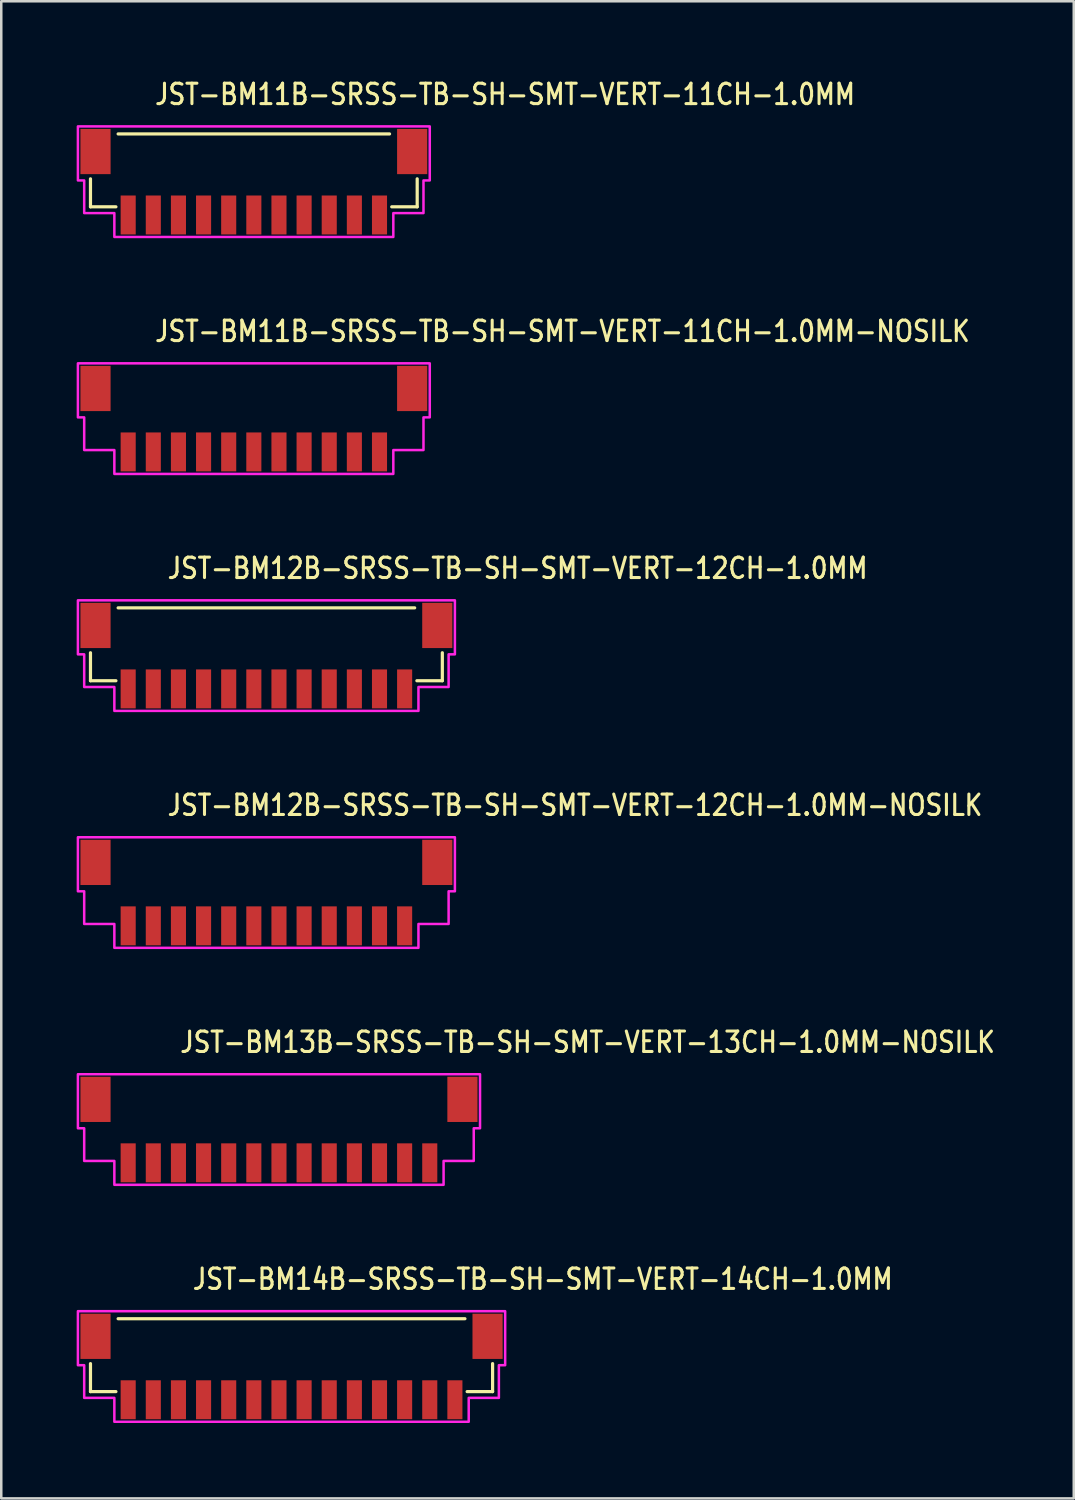
<source format=kicad_pcb>
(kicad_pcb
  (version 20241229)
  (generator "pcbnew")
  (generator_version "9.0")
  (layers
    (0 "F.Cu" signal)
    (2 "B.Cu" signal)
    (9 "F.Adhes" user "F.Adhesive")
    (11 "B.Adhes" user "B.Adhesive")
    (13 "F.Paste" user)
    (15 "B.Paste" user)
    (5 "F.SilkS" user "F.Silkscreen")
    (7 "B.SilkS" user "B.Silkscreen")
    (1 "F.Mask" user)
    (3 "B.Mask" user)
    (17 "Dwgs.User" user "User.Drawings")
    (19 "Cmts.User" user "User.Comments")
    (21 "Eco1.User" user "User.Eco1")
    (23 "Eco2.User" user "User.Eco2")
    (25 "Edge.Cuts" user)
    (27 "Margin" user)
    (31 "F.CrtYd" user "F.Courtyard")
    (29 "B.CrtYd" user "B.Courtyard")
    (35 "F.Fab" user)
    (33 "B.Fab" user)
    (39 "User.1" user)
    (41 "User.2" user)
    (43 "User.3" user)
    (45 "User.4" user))
  (footprint "JST-BM13B-SRSS-TB-SH-SMT-VERT-13CH-1.0MM-NOSILK"
    (layer "F.Cu")
    (at 8.05 41.893)
    (property "Reference" "JST-BM13B-SRSS-TB-SH-SMT-VERT-13CH-1.0MM-NOSILK" (at -4 -3 0) (unlocked yes) (layer "F.SilkS") (effects (font (size 0.813 0.695) (thickness 0.122)) (justify left bottom)))
    (fp_poly (pts (xy -8 -2.2) (xy -8 -0.05) (xy -7.75 -0.05) (xy -7.75 1.25) (xy -6.55 1.25) (xy -6.55 2.2) (xy 6.55 2.2) (xy 6.55 1.25) (xy 7.75 1.25) (xy 7.75 -0.05) (xy 8 -0.05) (xy 8 -2.2)) (stroke (width 0.1) (type solid)) (fill no) (layer "F.CrtYd"))
    (pad "P$1" smd rect (at -6 1.325) (size 0.6 1.55) (layers "F.Cu" "F.Mask" "F.Paste"))
    (pad "P$2" smd rect (at -5 1.325) (size 0.6 1.55) (layers "F.Cu" "F.Mask" "F.Paste"))
    (pad "P$3" smd rect (at -4 1.325) (size 0.6 1.55) (layers "F.Cu" "F.Mask" "F.Paste"))
    (pad "P$4" smd rect (at -3 1.325) (size 0.6 1.55) (layers "F.Cu" "F.Mask" "F.Paste"))
    (pad "P$5" smd rect (at -2 1.325) (size 0.6 1.55) (layers "F.Cu" "F.Mask" "F.Paste"))
    (pad "P$6" smd rect (at -1 1.325) (size 0.6 1.55) (layers "F.Cu" "F.Mask" "F.Paste"))
    (pad "P$7" smd rect (at 0 1.325) (size 0.6 1.55) (layers "F.Cu" "F.Mask" "F.Paste"))
    (pad "P$8" smd rect (at 1 1.325) (size 0.6 1.55) (layers "F.Cu" "F.Mask" "F.Paste"))
    (pad "P$9" smd rect (at 2 1.325) (size 0.6 1.55) (layers "F.Cu" "F.Mask" "F.Paste"))
    (pad "P$10" smd rect (at 3 1.325) (size 0.6 1.55) (layers "F.Cu" "F.Mask" "F.Paste"))
    (pad "P$11" smd rect (at 4 1.325) (size 0.6 1.55) (layers "F.Cu" "F.Mask" "F.Paste"))
    (pad "P$12" smd rect (at 5 1.325) (size 0.6 1.55) (layers "F.Cu" "F.Mask" "F.Paste"))
    (pad "P$13" smd rect (at 6 1.325) (size 0.6 1.55) (layers "F.Cu" "F.Mask" "F.Paste"))
    (pad "S$13" smd rect (at 7.3 -1.2) (size 1.2 1.8) (layers "F.Cu" "F.Mask" "F.Paste"))
    (pad "S$14" smd rect (at -7.3 -1.2) (size 1.2 1.8) (layers "F.Cu" "F.Mask" "F.Paste")))
  (footprint "JST-BM11B-SRSS-TB-SH-SMT-VERT-11CH-1.0MM"
    (layer "F.Cu")
    (at 7.05 4.179)
    (property "Reference" "JST-BM11B-SRSS-TB-SH-SMT-VERT-11CH-1.0MM" (at -4 -3 0) (unlocked yes) (layer "F.SilkS") (effects (font (size 0.813 0.695) (thickness 0.122)) (justify left bottom)))
    (fp_line (start -6.5 -0.114) (end -6.5 1) (stroke (width 0.127) (type solid)) (layer "F.SilkS"))
    (fp_line (start -6.5 1) (end -5.487 1) (stroke (width 0.127) (type solid)) (layer "F.SilkS"))
    (fp_line (start -5.4 -1.9) (end 5.4 -1.9) (stroke (width 0.127) (type solid)) (layer "F.SilkS"))
    (fp_line (start 5.487 1) (end 6.5 1) (stroke (width 0.127) (type solid)) (layer "F.SilkS"))
    (fp_line (start 6.5 1) (end 6.5 -0.114) (stroke (width 0.127) (type solid)) (layer "F.SilkS"))
    (fp_poly (pts (xy -7 -2.2) (xy -7 -0.05) (xy -6.75 -0.05) (xy -6.75 1.25) (xy -5.55 1.25) (xy -5.55 2.2) (xy 5.55 2.2) (xy 5.55 1.25) (xy 6.75 1.25) (xy 6.75 -0.05) (xy 7 -0.05) (xy 7 -2.2)) (stroke (width 0.1) (type solid)) (fill no) (layer "F.CrtYd"))
    (pad "P$1" smd rect (at -5 1.325) (size 0.6 1.55) (layers "F.Cu" "F.Mask" "F.Paste"))
    (pad "P$2" smd rect (at -4 1.325) (size 0.6 1.55) (layers "F.Cu" "F.Mask" "F.Paste"))
    (pad "P$3" smd rect (at -3 1.325) (size 0.6 1.55) (layers "F.Cu" "F.Mask" "F.Paste"))
    (pad "P$4" smd rect (at -2 1.325) (size 0.6 1.55) (layers "F.Cu" "F.Mask" "F.Paste"))
    (pad "P$5" smd rect (at -1 1.325) (size 0.6 1.55) (layers "F.Cu" "F.Mask" "F.Paste"))
    (pad "P$6" smd rect (at 0 1.325) (size 0.6 1.55) (layers "F.Cu" "F.Mask" "F.Paste"))
    (pad "P$7" smd rect (at 1 1.325) (size 0.6 1.55) (layers "F.Cu" "F.Mask" "F.Paste"))
    (pad "P$8" smd rect (at 2 1.325) (size 0.6 1.55) (layers "F.Cu" "F.Mask" "F.Paste"))
    (pad "P$9" smd rect (at 3 1.325) (size 0.6 1.55) (layers "F.Cu" "F.Mask" "F.Paste"))
    (pad "P$10" smd rect (at 4 1.325) (size 0.6 1.55) (layers "F.Cu" "F.Mask" "F.Paste"))
    (pad "P$11" smd rect (at 5 1.325) (size 0.6 1.55) (layers "F.Cu" "F.Mask" "F.Paste"))
    (pad "S$11" smd rect (at 6.3 -1.2) (size 1.2 1.8) (layers "F.Cu" "F.Mask" "F.Paste"))
    (pad "S$12" smd rect (at -6.3 -1.2) (size 1.2 1.8) (layers "F.Cu" "F.Mask" "F.Paste")))
  (footprint "JST-BM11B-SRSS-TB-SH-SMT-VERT-11CH-1.0MM-NOSILK"
    (layer "F.Cu")
    (at 7.05 13.607)
    (property "Reference" "JST-BM11B-SRSS-TB-SH-SMT-VERT-11CH-1.0MM-NOSILK" (at -4 -3 0) (unlocked yes) (layer "F.SilkS") (effects (font (size 0.813 0.695) (thickness 0.122)) (justify left bottom)))
    (fp_poly (pts (xy -7 -2.2) (xy -7 -0.05) (xy -6.75 -0.05) (xy -6.75 1.25) (xy -5.55 1.25) (xy -5.55 2.2) (xy 5.55 2.2) (xy 5.55 1.25) (xy 6.75 1.25) (xy 6.75 -0.05) (xy 7 -0.05) (xy 7 -2.2)) (stroke (width 0.1) (type solid)) (fill no) (layer "F.CrtYd"))
    (pad "P$1" smd rect (at -5 1.325) (size 0.6 1.55) (layers "F.Cu" "F.Mask" "F.Paste"))
    (pad "P$2" smd rect (at -4 1.325) (size 0.6 1.55) (layers "F.Cu" "F.Mask" "F.Paste"))
    (pad "P$3" smd rect (at -3 1.325) (size 0.6 1.55) (layers "F.Cu" "F.Mask" "F.Paste"))
    (pad "P$4" smd rect (at -2 1.325) (size 0.6 1.55) (layers "F.Cu" "F.Mask" "F.Paste"))
    (pad "P$5" smd rect (at -1 1.325) (size 0.6 1.55) (layers "F.Cu" "F.Mask" "F.Paste"))
    (pad "P$6" smd rect (at 0 1.325) (size 0.6 1.55) (layers "F.Cu" "F.Mask" "F.Paste"))
    (pad "P$7" smd rect (at 1 1.325) (size 0.6 1.55) (layers "F.Cu" "F.Mask" "F.Paste"))
    (pad "P$8" smd rect (at 2 1.325) (size 0.6 1.55) (layers "F.Cu" "F.Mask" "F.Paste"))
    (pad "P$9" smd rect (at 3 1.325) (size 0.6 1.55) (layers "F.Cu" "F.Mask" "F.Paste"))
    (pad "P$10" smd rect (at 4 1.325) (size 0.6 1.55) (layers "F.Cu" "F.Mask" "F.Paste"))
    (pad "P$11" smd rect (at 5 1.325) (size 0.6 1.55) (layers "F.Cu" "F.Mask" "F.Paste"))
    (pad "S$11" smd rect (at 6.3 -1.2) (size 1.2 1.8) (layers "F.Cu" "F.Mask" "F.Paste"))
    (pad "S$12" smd rect (at -6.3 -1.2) (size 1.2 1.8) (layers "F.Cu" "F.Mask" "F.Paste")))
  (footprint "JST-BM14B-SRSS-TB-SH-SMT-VERT-14CH-1.0MM"
    (layer "F.Cu")
    (at 8.55 51.321)
    (property "Reference" "JST-BM14B-SRSS-TB-SH-SMT-VERT-14CH-1.0MM" (at -4 -3 0) (unlocked yes) (layer "F.SilkS") (effects (font (size 0.813 0.695) (thickness 0.122)) (justify left bottom)))
    (fp_line (start -8 -0.114) (end -8 1) (stroke (width 0.127) (type solid)) (layer "F.SilkS"))
    (fp_line (start -8 1) (end -6.987 1) (stroke (width 0.127) (type solid)) (layer "F.SilkS"))
    (fp_line (start -6.9 -1.9) (end 6.9 -1.9) (stroke (width 0.127) (type solid)) (layer "F.SilkS"))
    (fp_line (start 6.987 1) (end 8 1) (stroke (width 0.127) (type solid)) (layer "F.SilkS"))
    (fp_line (start 8 1) (end 8 -0.114) (stroke (width 0.127) (type solid)) (layer "F.SilkS"))
    (fp_poly (pts (xy -8.5 -2.2) (xy -8.5 -0.05) (xy -8.25 -0.05) (xy -8.25 1.25) (xy -7.05 1.25) (xy -7.05 2.2) (xy 7.05 2.2) (xy 7.05 1.25) (xy 8.25 1.25) (xy 8.25 -0.05) (xy 8.5 -0.05) (xy 8.5 -2.2)) (stroke (width 0.1) (type solid)) (fill no) (layer "F.CrtYd"))
    (pad "P$1" smd rect (at -6.5 1.325) (size 0.6 1.55) (layers "F.Cu" "F.Mask" "F.Paste"))
    (pad "P$2" smd rect (at -5.5 1.325) (size 0.6 1.55) (layers "F.Cu" "F.Mask" "F.Paste"))
    (pad "P$3" smd rect (at -4.5 1.325) (size 0.6 1.55) (layers "F.Cu" "F.Mask" "F.Paste"))
    (pad "P$4" smd rect (at -3.5 1.325) (size 0.6 1.55) (layers "F.Cu" "F.Mask" "F.Paste"))
    (pad "P$5" smd rect (at -2.5 1.325) (size 0.6 1.55) (layers "F.Cu" "F.Mask" "F.Paste"))
    (pad "P$6" smd rect (at -1.5 1.325) (size 0.6 1.55) (layers "F.Cu" "F.Mask" "F.Paste"))
    (pad "P$7" smd rect (at -0.5 1.325) (size 0.6 1.55) (layers "F.Cu" "F.Mask" "F.Paste"))
    (pad "P$8" smd rect (at 0.5 1.325) (size 0.6 1.55) (layers "F.Cu" "F.Mask" "F.Paste"))
    (pad "P$9" smd rect (at 1.5 1.325) (size 0.6 1.55) (layers "F.Cu" "F.Mask" "F.Paste"))
    (pad "P$10" smd rect (at 2.5 1.325) (size 0.6 1.55) (layers "F.Cu" "F.Mask" "F.Paste"))
    (pad "P$11" smd rect (at 3.5 1.325) (size 0.6 1.55) (layers "F.Cu" "F.Mask" "F.Paste"))
    (pad "P$12" smd rect (at 4.5 1.325) (size 0.6 1.55) (layers "F.Cu" "F.Mask" "F.Paste"))
    (pad "P$13" smd rect (at 5.5 1.325) (size 0.6 1.55) (layers "F.Cu" "F.Mask" "F.Paste"))
    (pad "P$14" smd rect (at 6.5 1.325) (size 0.6 1.55) (layers "F.Cu" "F.Mask" "F.Paste"))
    (pad "S$14" smd rect (at 7.8 -1.2) (size 1.2 1.8) (layers "F.Cu" "F.Mask" "F.Paste"))
    (pad "S$15" smd rect (at -7.8 -1.2) (size 1.2 1.8) (layers "F.Cu" "F.Mask" "F.Paste")))
  (footprint "JST-BM12B-SRSS-TB-SH-SMT-VERT-12CH-1.0MM-NOSILK"
    (layer "F.Cu")
    (at 7.55 32.464)
    (property "Reference" "JST-BM12B-SRSS-TB-SH-SMT-VERT-12CH-1.0MM-NOSILK" (at -4 -3 0) (unlocked yes) (layer "F.SilkS") (effects (font (size 0.813 0.695) (thickness 0.122)) (justify left bottom)))
    (fp_poly (pts (xy -7.5 -2.2) (xy -7.5 -0.05) (xy -7.25 -0.05) (xy -7.25 1.25) (xy -6.05 1.25) (xy -6.05 2.2) (xy 6.05 2.2) (xy 6.05 1.25) (xy 7.25 1.25) (xy 7.25 -0.05) (xy 7.5 -0.05) (xy 7.5 -2.2)) (stroke (width 0.1) (type solid)) (fill no) (layer "F.CrtYd"))
    (pad "P$1" smd rect (at -5.5 1.325) (size 0.6 1.55) (layers "F.Cu" "F.Mask" "F.Paste"))
    (pad "P$2" smd rect (at -4.5 1.325) (size 0.6 1.55) (layers "F.Cu" "F.Mask" "F.Paste"))
    (pad "P$3" smd rect (at -3.5 1.325) (size 0.6 1.55) (layers "F.Cu" "F.Mask" "F.Paste"))
    (pad "P$4" smd rect (at -2.5 1.325) (size 0.6 1.55) (layers "F.Cu" "F.Mask" "F.Paste"))
    (pad "P$5" smd rect (at -1.5 1.325) (size 0.6 1.55) (layers "F.Cu" "F.Mask" "F.Paste"))
    (pad "P$6" smd rect (at -0.5 1.325) (size 0.6 1.55) (layers "F.Cu" "F.Mask" "F.Paste"))
    (pad "P$7" smd rect (at 0.5 1.325) (size 0.6 1.55) (layers "F.Cu" "F.Mask" "F.Paste"))
    (pad "P$8" smd rect (at 1.5 1.325) (size 0.6 1.55) (layers "F.Cu" "F.Mask" "F.Paste"))
    (pad "P$9" smd rect (at 2.5 1.325) (size 0.6 1.55) (layers "F.Cu" "F.Mask" "F.Paste"))
    (pad "P$10" smd rect (at 3.5 1.325) (size 0.6 1.55) (layers "F.Cu" "F.Mask" "F.Paste"))
    (pad "P$11" smd rect (at 4.5 1.325) (size 0.6 1.55) (layers "F.Cu" "F.Mask" "F.Paste"))
    (pad "P$12" smd rect (at 5.5 1.325) (size 0.6 1.55) (layers "F.Cu" "F.Mask" "F.Paste"))
    (pad "S$12" smd rect (at 6.8 -1.2) (size 1.2 1.8) (layers "F.Cu" "F.Mask" "F.Paste"))
    (pad "S$13" smd rect (at -6.8 -1.2) (size 1.2 1.8) (layers "F.Cu" "F.Mask" "F.Paste")))
  (footprint "JST-BM12B-SRSS-TB-SH-SMT-VERT-12CH-1.0MM"
    (layer "F.Cu")
    (at 7.55 23.036)
    (property "Reference" "JST-BM12B-SRSS-TB-SH-SMT-VERT-12CH-1.0MM" (at -4 -3 0) (unlocked yes) (layer "F.SilkS") (effects (font (size 0.813 0.695) (thickness 0.122)) (justify left bottom)))
    (fp_line (start -7 -0.114) (end -7 1) (stroke (width 0.127) (type solid)) (layer "F.SilkS"))
    (fp_line (start -7 1) (end -5.987 1) (stroke (width 0.127) (type solid)) (layer "F.SilkS"))
    (fp_line (start -5.9 -1.9) (end 5.9 -1.9) (stroke (width 0.127) (type solid)) (layer "F.SilkS"))
    (fp_line (start 5.987 1) (end 7 1) (stroke (width 0.127) (type solid)) (layer "F.SilkS"))
    (fp_line (start 7 1) (end 7 -0.114) (stroke (width 0.127) (type solid)) (layer "F.SilkS"))
    (fp_poly (pts (xy -7.5 -2.2) (xy -7.5 -0.05) (xy -7.25 -0.05) (xy -7.25 1.25) (xy -6.05 1.25) (xy -6.05 2.2) (xy 6.05 2.2) (xy 6.05 1.25) (xy 7.25 1.25) (xy 7.25 -0.05) (xy 7.5 -0.05) (xy 7.5 -2.2)) (stroke (width 0.1) (type solid)) (fill no) (layer "F.CrtYd"))
    (pad "P$1" smd rect (at -5.5 1.325) (size 0.6 1.55) (layers "F.Cu" "F.Mask" "F.Paste"))
    (pad "P$2" smd rect (at -4.5 1.325) (size 0.6 1.55) (layers "F.Cu" "F.Mask" "F.Paste"))
    (pad "P$3" smd rect (at -3.5 1.325) (size 0.6 1.55) (layers "F.Cu" "F.Mask" "F.Paste"))
    (pad "P$4" smd rect (at -2.5 1.325) (size 0.6 1.55) (layers "F.Cu" "F.Mask" "F.Paste"))
    (pad "P$5" smd rect (at -1.5 1.325) (size 0.6 1.55) (layers "F.Cu" "F.Mask" "F.Paste"))
    (pad "P$6" smd rect (at -0.5 1.325) (size 0.6 1.55) (layers "F.Cu" "F.Mask" "F.Paste"))
    (pad "P$7" smd rect (at 0.5 1.325) (size 0.6 1.55) (layers "F.Cu" "F.Mask" "F.Paste"))
    (pad "P$8" smd rect (at 1.5 1.325) (size 0.6 1.55) (layers "F.Cu" "F.Mask" "F.Paste"))
    (pad "P$9" smd rect (at 2.5 1.325) (size 0.6 1.55) (layers "F.Cu" "F.Mask" "F.Paste"))
    (pad "P$10" smd rect (at 3.5 1.325) (size 0.6 1.55) (layers "F.Cu" "F.Mask" "F.Paste"))
    (pad "P$11" smd rect (at 4.5 1.325) (size 0.6 1.55) (layers "F.Cu" "F.Mask" "F.Paste"))
    (pad "P$12" smd rect (at 5.5 1.325) (size 0.6 1.55) (layers "F.Cu" "F.Mask" "F.Paste"))
    (pad "S$12" smd rect (at 6.8 -1.2) (size 1.2 1.8) (layers "F.Cu" "F.Mask" "F.Paste"))
    (pad "S$13" smd rect (at -6.8 -1.2) (size 1.2 1.8) (layers "F.Cu" "F.Mask" "F.Paste")))
  (gr_rect
    (start -3 -3)
    (end 39.674 56.571)
    (stroke (width 0.1) (type default))
    (fill no)
    (layer "Edge.Cuts")))
</source>
